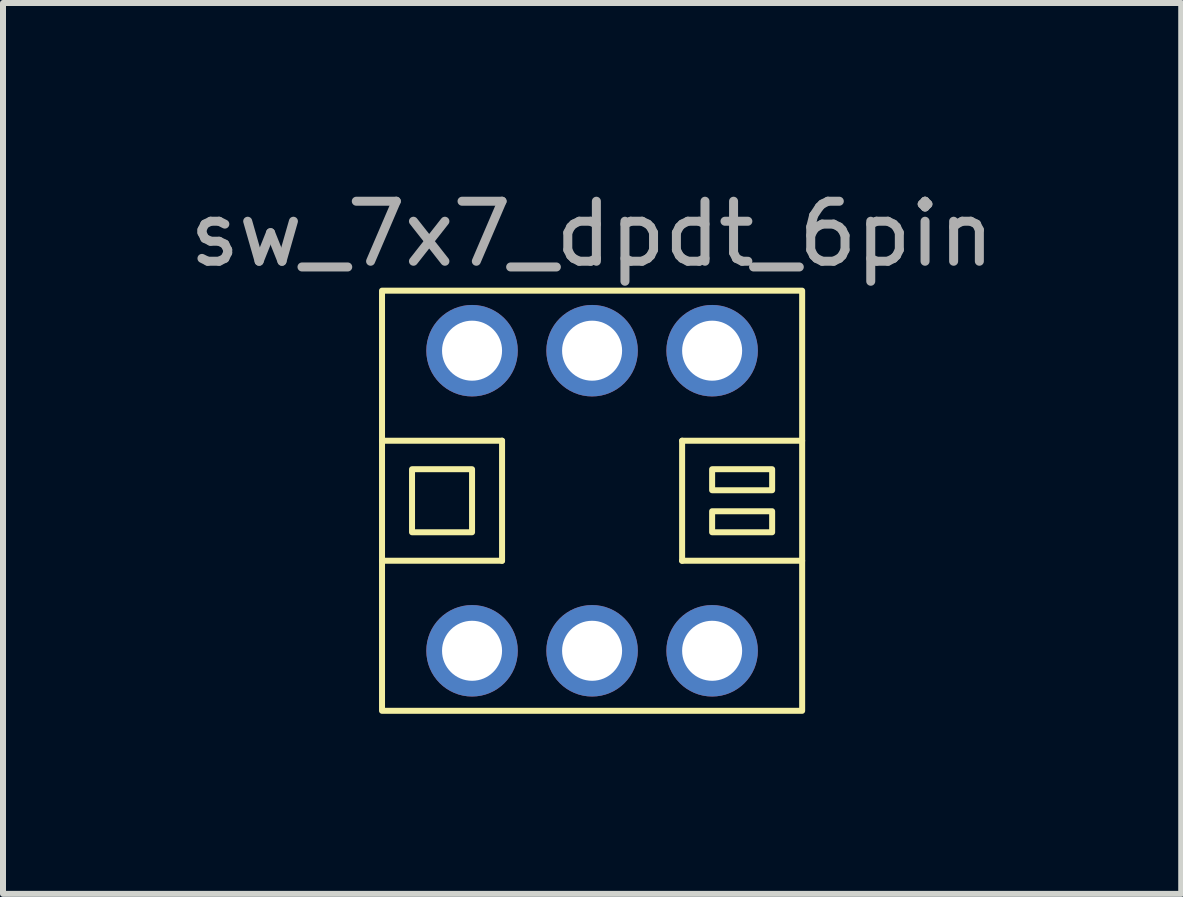
<source format=kicad_pcb>
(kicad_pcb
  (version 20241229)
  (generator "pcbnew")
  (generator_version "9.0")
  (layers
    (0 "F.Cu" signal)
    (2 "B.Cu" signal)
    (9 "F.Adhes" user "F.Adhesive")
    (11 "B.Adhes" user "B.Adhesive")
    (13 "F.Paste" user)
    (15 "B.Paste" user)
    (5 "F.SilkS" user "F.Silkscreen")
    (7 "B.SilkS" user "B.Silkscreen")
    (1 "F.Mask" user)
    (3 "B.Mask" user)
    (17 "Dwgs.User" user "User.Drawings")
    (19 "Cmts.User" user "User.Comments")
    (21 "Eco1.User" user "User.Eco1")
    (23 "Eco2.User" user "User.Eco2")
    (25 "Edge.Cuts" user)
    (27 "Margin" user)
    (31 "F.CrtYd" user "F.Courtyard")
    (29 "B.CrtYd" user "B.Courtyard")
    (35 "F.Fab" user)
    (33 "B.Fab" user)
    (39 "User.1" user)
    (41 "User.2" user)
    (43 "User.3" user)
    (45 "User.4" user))
  (footprint "sw_7x7_dpdt_6pin"
    (layer "F.Cu")
    (at 6.815 5.293)
    (property "Reference" "sw_7x7_dpdt_6pin" (at 0 -4.445 0) (unlocked yes) (layer "F.SilkS") (effects (font (size 1 1) (thickness 0.1))))
    (attr through_hole)
    (fp_line (start -3.5 -1) (end -1.5 -1) (stroke (width 0.1) (type default)) (layer "F.SilkS"))
    (fp_line (start -1.5 -1) (end -1.5 1) (stroke (width 0.1) (type default)) (layer "F.SilkS"))
    (fp_line (start -1.5 1) (end -3.5 1) (stroke (width 0.1) (type default)) (layer "F.SilkS"))
    (fp_line (start 1.5 -1) (end 1.5 1) (stroke (width 0.1) (type default)) (layer "F.SilkS"))
    (fp_line (start 1.5 1) (end 3.5 1) (stroke (width 0.1) (type default)) (layer "F.SilkS"))
    (fp_line (start 3.5 -1) (end 1.5 -1) (stroke (width 0.1) (type default)) (layer "F.SilkS"))
    (fp_rect (start -3.5 -3.5) (end 3.5 3.5) (stroke (width 0.1) (type default)) (fill no) (layer "F.SilkS"))
    (fp_rect (start -3 -0.525) (end -2 0.525) (stroke (width 0.1) (type default)) (fill no) (layer "F.SilkS"))
    (fp_rect (start 2 -0.525) (end 3 -0.175) (stroke (width 0.1) (type default)) (fill no) (layer "F.SilkS"))
    (fp_rect (start 2 0.175) (end 3 0.525) (stroke (width 0.1) (type default)) (fill no) (layer "F.SilkS"))
    (fp_text user "${REFERENCE}" (at 0 -4.445 0) (unlocked yes) (layer "F.Fab") (effects (font (size 1 1) (thickness 0.15))))
    (pad "1" thru_hole circle (at -2 -2.5) (size 1.524 1.524) (drill 1) (layers "*.Cu" "*.Mask"))
    (pad "2" thru_hole circle (at 0 -2.5) (size 1.524 1.524) (drill 1) (layers "*.Cu" "*.Mask"))
    (pad "3" thru_hole circle (at 2 -2.5) (size 1.524 1.524) (drill 1) (layers "*.Cu" "*.Mask"))
    (pad "4" thru_hole circle (at -2 2.5) (size 1.524 1.524) (drill 1) (layers "*.Cu" "*.Mask"))
    (pad "5" thru_hole circle (at 0 2.5) (size 1.524 1.524) (drill 1) (layers "*.Cu" "*.Mask"))
    (pad "6" thru_hole circle (at 2 2.5) (size 1.524 1.524) (drill 1) (layers "*.Cu" "*.Mask")))
  (gr_rect
    (start -3 -3)
    (end 16.631 11.843)
    (stroke (width 0.1) (type default))
    (fill no)
    (layer "Edge.Cuts")))
</source>
